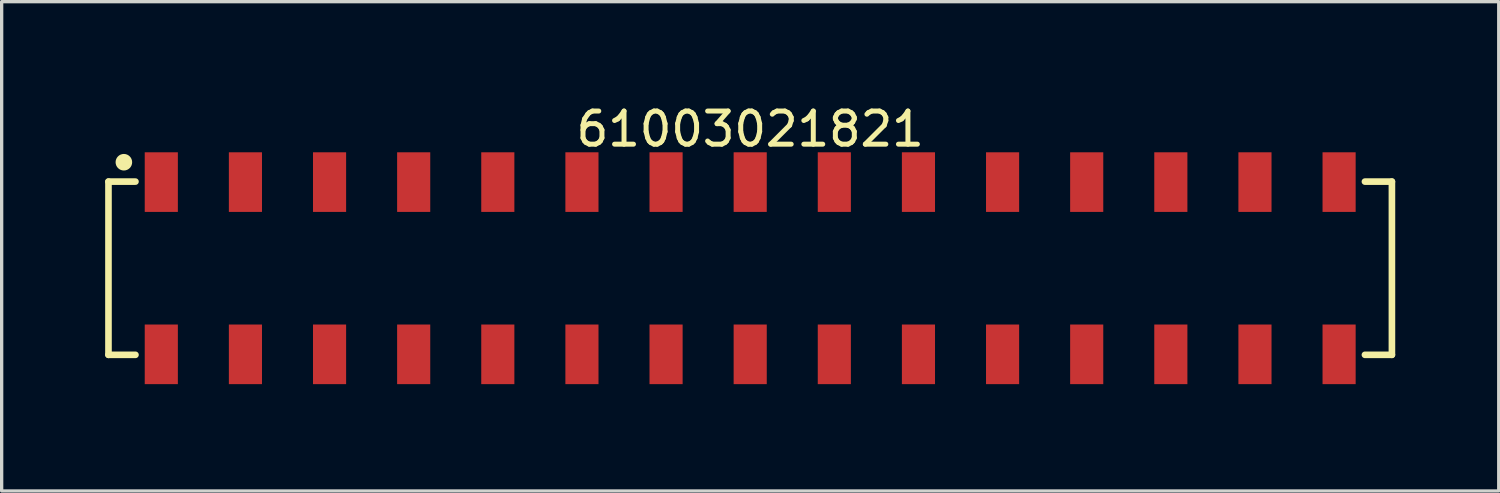
<source format=kicad_pcb>
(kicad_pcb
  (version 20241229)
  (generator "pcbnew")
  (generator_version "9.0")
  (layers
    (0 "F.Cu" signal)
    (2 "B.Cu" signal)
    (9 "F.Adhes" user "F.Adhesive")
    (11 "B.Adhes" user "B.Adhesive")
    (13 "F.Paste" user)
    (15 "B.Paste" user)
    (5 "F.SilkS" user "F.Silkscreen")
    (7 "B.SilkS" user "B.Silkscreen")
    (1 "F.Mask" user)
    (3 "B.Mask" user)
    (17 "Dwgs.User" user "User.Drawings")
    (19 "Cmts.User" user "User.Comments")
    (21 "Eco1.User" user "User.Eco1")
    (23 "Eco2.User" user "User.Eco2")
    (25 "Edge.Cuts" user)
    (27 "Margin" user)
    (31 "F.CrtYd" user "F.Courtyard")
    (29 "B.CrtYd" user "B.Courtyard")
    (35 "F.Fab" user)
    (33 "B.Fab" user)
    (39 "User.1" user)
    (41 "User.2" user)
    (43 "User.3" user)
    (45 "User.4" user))
  (footprint "61003021821"
    (layer "F.Cu")
    (at 19.6 5.048)
    (property "Reference" "61003021821" (at 0 -4.2 0) (layer "F.SilkS") (effects (font (size 1 1) (thickness 0.15))))
    (fp_line (start -19.375 -2.615) (end -18.56 -2.615) (stroke (width 0.2) (type solid)) (layer "F.SilkS"))
    (fp_line (start -19.375 2.615) (end -19.375 -2.615) (stroke (width 0.2) (type solid)) (layer "F.SilkS"))
    (fp_line (start -19.375 2.615) (end -18.56 2.615) (stroke (width 0.2) (type solid)) (layer "F.SilkS"))
    (fp_line (start 18.56 -2.615) (end 19.375 -2.615) (stroke (width 0.2) (type solid)) (layer "F.SilkS"))
    (fp_line (start 18.56 2.615) (end 19.375 2.615) (stroke (width 0.2) (type solid)) (layer "F.SilkS"))
    (fp_line (start 19.375 2.615) (end 19.375 -2.615) (stroke (width 0.2) (type solid)) (layer "F.SilkS"))
    (fp_circle (center -18.91 -3.2) (end -18.91 -3.325) (stroke (width 0.25) (type solid)) (fill no) (layer "F.SilkS"))
    (fp_line (start -19.575 -3.7) (end 19.575 -3.7) (stroke (width 0.05) (type solid)) (layer "Eco2.User"))
    (fp_line (start -19.575 3.7) (end -19.575 -3.7) (stroke (width 0.05) (type solid)) (layer "Eco2.User"))
    (fp_line (start -19.575 3.7) (end 19.575 3.7) (stroke (width 0.05) (type solid)) (layer "Eco2.User"))
    (fp_line (start -19.3 -2.54) (end 19.3 -2.54) (stroke (width 0.1) (type solid)) (layer "Eco2.User"))
    (fp_line (start -19.3 2.54) (end -19.3 -2.54) (stroke (width 0.1) (type solid)) (layer "Eco2.User"))
    (fp_line (start -19.3 2.54) (end 19.3 2.54) (stroke (width 0.1) (type solid)) (layer "Eco2.User"))
    (fp_line (start -18.1 -3.35) (end -17.46 -3.35) (stroke (width 0.1) (type solid)) (layer "Eco2.User"))
    (fp_line (start -18.1 -2.54) (end -18.1 -3.35) (stroke (width 0.1) (type solid)) (layer "Eco2.User"))
    (fp_line (start -18.1 3.35) (end -18.1 2.54) (stroke (width 0.1) (type solid)) (layer "Eco2.User"))
    (fp_line (start -18.1 3.35) (end -17.46 3.35) (stroke (width 0.1) (type solid)) (layer "Eco2.User"))
    (fp_line (start -17.46 -2.54) (end -17.46 -3.35) (stroke (width 0.1) (type solid)) (layer "Eco2.User"))
    (fp_line (start -17.46 3.35) (end -17.46 2.54) (stroke (width 0.1) (type solid)) (layer "Eco2.User"))
    (fp_line (start -15.56 -3.35) (end -14.92 -3.35) (stroke (width 0.1) (type solid)) (layer "Eco2.User"))
    (fp_line (start -15.56 -2.54) (end -15.56 -3.35) (stroke (width 0.1) (type solid)) (layer "Eco2.User"))
    (fp_line (start -15.56 3.35) (end -15.56 2.54) (stroke (width 0.1) (type solid)) (layer "Eco2.User"))
    (fp_line (start -15.56 3.35) (end -14.92 3.35) (stroke (width 0.1) (type solid)) (layer "Eco2.User"))
    (fp_line (start -14.92 -2.54) (end -14.92 -3.35) (stroke (width 0.1) (type solid)) (layer "Eco2.User"))
    (fp_line (start -14.92 3.35) (end -14.92 2.54) (stroke (width 0.1) (type solid)) (layer "Eco2.User"))
    (fp_line (start -13.02 -3.35) (end -12.38 -3.35) (stroke (width 0.1) (type solid)) (layer "Eco2.User"))
    (fp_line (start -13.02 -2.54) (end -13.02 -3.35) (stroke (width 0.1) (type solid)) (layer "Eco2.User"))
    (fp_line (start -13.02 3.35) (end -13.02 2.54) (stroke (width 0.1) (type solid)) (layer "Eco2.User"))
    (fp_line (start -13.02 3.35) (end -12.38 3.35) (stroke (width 0.1) (type solid)) (layer "Eco2.User"))
    (fp_line (start -12.38 -2.54) (end -12.38 -3.35) (stroke (width 0.1) (type solid)) (layer "Eco2.User"))
    (fp_line (start -12.38 3.35) (end -12.38 2.54) (stroke (width 0.1) (type solid)) (layer "Eco2.User"))
    (fp_line (start -10.48 -3.35) (end -9.84 -3.35) (stroke (width 0.1) (type solid)) (layer "Eco2.User"))
    (fp_line (start -10.48 -2.54) (end -10.48 -3.35) (stroke (width 0.1) (type solid)) (layer "Eco2.User"))
    (fp_line (start -10.48 3.35) (end -10.48 2.54) (stroke (width 0.1) (type solid)) (layer "Eco2.User"))
    (fp_line (start -10.48 3.35) (end -9.84 3.35) (stroke (width 0.1) (type solid)) (layer "Eco2.User"))
    (fp_line (start -9.84 -2.54) (end -9.84 -3.35) (stroke (width 0.1) (type solid)) (layer "Eco2.User"))
    (fp_line (start -9.84 3.35) (end -9.84 2.54) (stroke (width 0.1) (type solid)) (layer "Eco2.User"))
    (fp_line (start -7.94 -3.35) (end -7.3 -3.35) (stroke (width 0.1) (type solid)) (layer "Eco2.User"))
    (fp_line (start -7.94 -2.54) (end -7.94 -3.35) (stroke (width 0.1) (type solid)) (layer "Eco2.User"))
    (fp_line (start -7.94 3.35) (end -7.94 2.54) (stroke (width 0.1) (type solid)) (layer "Eco2.User"))
    (fp_line (start -7.94 3.35) (end -7.3 3.35) (stroke (width 0.1) (type solid)) (layer "Eco2.User"))
    (fp_line (start -7.3 -2.54) (end -7.3 -3.35) (stroke (width 0.1) (type solid)) (layer "Eco2.User"))
    (fp_line (start -7.3 3.35) (end -7.3 2.54) (stroke (width 0.1) (type solid)) (layer "Eco2.User"))
    (fp_line (start -5.4 -3.35) (end -4.76 -3.35) (stroke (width 0.1) (type solid)) (layer "Eco2.User"))
    (fp_line (start -5.4 -2.54) (end -5.4 -3.35) (stroke (width 0.1) (type solid)) (layer "Eco2.User"))
    (fp_line (start -5.4 3.35) (end -5.4 2.54) (stroke (width 0.1) (type solid)) (layer "Eco2.User"))
    (fp_line (start -5.4 3.35) (end -4.76 3.35) (stroke (width 0.1) (type solid)) (layer "Eco2.User"))
    (fp_line (start -4.76 -2.54) (end -4.76 -3.35) (stroke (width 0.1) (type solid)) (layer "Eco2.User"))
    (fp_line (start -4.76 3.35) (end -4.76 2.54) (stroke (width 0.1) (type solid)) (layer "Eco2.User"))
    (fp_line (start -2.86 -3.35) (end -2.22 -3.35) (stroke (width 0.1) (type solid)) (layer "Eco2.User"))
    (fp_line (start -2.86 -2.54) (end -2.86 -3.35) (stroke (width 0.1) (type solid)) (layer "Eco2.User"))
    (fp_line (start -2.86 3.35) (end -2.86 2.54) (stroke (width 0.1) (type solid)) (layer "Eco2.User"))
    (fp_line (start -2.86 3.35) (end -2.22 3.35) (stroke (width 0.1) (type solid)) (layer "Eco2.User"))
    (fp_line (start -2.22 -2.54) (end -2.22 -3.35) (stroke (width 0.1) (type solid)) (layer "Eco2.User"))
    (fp_line (start -2.22 3.35) (end -2.22 2.54) (stroke (width 0.1) (type solid)) (layer "Eco2.User"))
    (fp_line (start -0.5 0) (end 0.5 0) (stroke (width 0.05) (type solid)) (layer "Eco2.User"))
    (fp_line (start -0.32 -3.35) (end 0.32 -3.35) (stroke (width 0.1) (type solid)) (layer "Eco2.User"))
    (fp_line (start -0.32 -2.54) (end -0.32 -3.35) (stroke (width 0.1) (type solid)) (layer "Eco2.User"))
    (fp_line (start -0.32 3.35) (end -0.32 2.54) (stroke (width 0.1) (type solid)) (layer "Eco2.User"))
    (fp_line (start -0.32 3.35) (end 0.32 3.35) (stroke (width 0.1) (type solid)) (layer "Eco2.User"))
    (fp_line (start 0 0.5) (end 0 -0.5) (stroke (width 0.05) (type solid)) (layer "Eco2.User"))
    (fp_line (start 0.32 -2.54) (end 0.32 -3.35) (stroke (width 0.1) (type solid)) (layer "Eco2.User"))
    (fp_line (start 0.32 3.35) (end 0.32 2.54) (stroke (width 0.1) (type solid)) (layer "Eco2.User"))
    (fp_line (start 2.22 -3.35) (end 2.86 -3.35) (stroke (width 0.1) (type solid)) (layer "Eco2.User"))
    (fp_line (start 2.22 -2.54) (end 2.22 -3.35) (stroke (width 0.1) (type solid)) (layer "Eco2.User"))
    (fp_line (start 2.22 3.35) (end 2.22 2.54) (stroke (width 0.1) (type solid)) (layer "Eco2.User"))
    (fp_line (start 2.22 3.35) (end 2.86 3.35) (stroke (width 0.1) (type solid)) (layer "Eco2.User"))
    (fp_line (start 2.86 -2.54) (end 2.86 -3.35) (stroke (width 0.1) (type solid)) (layer "Eco2.User"))
    (fp_line (start 2.86 3.35) (end 2.86 2.54) (stroke (width 0.1) (type solid)) (layer "Eco2.User"))
    (fp_line (start 4.76 -3.35) (end 5.4 -3.35) (stroke (width 0.1) (type solid)) (layer "Eco2.User"))
    (fp_line (start 4.76 -2.54) (end 4.76 -3.35) (stroke (width 0.1) (type solid)) (layer "Eco2.User"))
    (fp_line (start 4.76 3.35) (end 4.76 2.54) (stroke (width 0.1) (type solid)) (layer "Eco2.User"))
    (fp_line (start 4.76 3.35) (end 5.4 3.35) (stroke (width 0.1) (type solid)) (layer "Eco2.User"))
    (fp_line (start 5.4 -2.54) (end 5.4 -3.35) (stroke (width 0.1) (type solid)) (layer "Eco2.User"))
    (fp_line (start 5.4 3.35) (end 5.4 2.54) (stroke (width 0.1) (type solid)) (layer "Eco2.User"))
    (fp_line (start 7.3 -3.35) (end 7.94 -3.35) (stroke (width 0.1) (type solid)) (layer "Eco2.User"))
    (fp_line (start 7.3 -2.54) (end 7.3 -3.35) (stroke (width 0.1) (type solid)) (layer "Eco2.User"))
    (fp_line (start 7.3 3.35) (end 7.3 2.54) (stroke (width 0.1) (type solid)) (layer "Eco2.User"))
    (fp_line (start 7.3 3.35) (end 7.94 3.35) (stroke (width 0.1) (type solid)) (layer "Eco2.User"))
    (fp_line (start 7.94 -2.54) (end 7.94 -3.35) (stroke (width 0.1) (type solid)) (layer "Eco2.User"))
    (fp_line (start 7.94 3.35) (end 7.94 2.54) (stroke (width 0.1) (type solid)) (layer "Eco2.User"))
    (fp_line (start 9.84 -3.35) (end 10.48 -3.35) (stroke (width 0.1) (type solid)) (layer "Eco2.User"))
    (fp_line (start 9.84 -2.54) (end 9.84 -3.35) (stroke (width 0.1) (type solid)) (layer "Eco2.User"))
    (fp_line (start 9.84 3.35) (end 9.84 2.54) (stroke (width 0.1) (type solid)) (layer "Eco2.User"))
    (fp_line (start 9.84 3.35) (end 10.48 3.35) (stroke (width 0.1) (type solid)) (layer "Eco2.User"))
    (fp_line (start 10.48 -2.54) (end 10.48 -3.35) (stroke (width 0.1) (type solid)) (layer "Eco2.User"))
    (fp_line (start 10.48 3.35) (end 10.48 2.54) (stroke (width 0.1) (type solid)) (layer "Eco2.User"))
    (fp_line (start 12.38 -3.35) (end 13.02 -3.35) (stroke (width 0.1) (type solid)) (layer "Eco2.User"))
    (fp_line (start 12.38 -2.54) (end 12.38 -3.35) (stroke (width 0.1) (type solid)) (layer "Eco2.User"))
    (fp_line (start 12.38 3.35) (end 12.38 2.54) (stroke (width 0.1) (type solid)) (layer "Eco2.User"))
    (fp_line (start 12.38 3.35) (end 13.02 3.35) (stroke (width 0.1) (type solid)) (layer "Eco2.User"))
    (fp_line (start 13.02 -2.54) (end 13.02 -3.35) (stroke (width 0.1) (type solid)) (layer "Eco2.User"))
    (fp_line (start 13.02 3.35) (end 13.02 2.54) (stroke (width 0.1) (type solid)) (layer "Eco2.User"))
    (fp_line (start 14.92 -3.35) (end 15.56 -3.35) (stroke (width 0.1) (type solid)) (layer "Eco2.User"))
    (fp_line (start 14.92 -2.54) (end 14.92 -3.35) (stroke (width 0.1) (type solid)) (layer "Eco2.User"))
    (fp_line (start 14.92 3.35) (end 14.92 2.54) (stroke (width 0.1) (type solid)) (layer "Eco2.User"))
    (fp_line (start 14.92 3.35) (end 15.56 3.35) (stroke (width 0.1) (type solid)) (layer "Eco2.User"))
    (fp_line (start 15.56 -2.54) (end 15.56 -3.35) (stroke (width 0.1) (type solid)) (layer "Eco2.User"))
    (fp_line (start 15.56 3.35) (end 15.56 2.54) (stroke (width 0.1) (type solid)) (layer "Eco2.User"))
    (fp_line (start 17.46 -3.35) (end 18.1 -3.35) (stroke (width 0.1) (type solid)) (layer "Eco2.User"))
    (fp_line (start 17.46 -2.54) (end 17.46 -3.35) (stroke (width 0.1) (type solid)) (layer "Eco2.User"))
    (fp_line (start 17.46 3.35) (end 17.46 2.54) (stroke (width 0.1) (type solid)) (layer "Eco2.User"))
    (fp_line (start 17.46 3.35) (end 18.1 3.35) (stroke (width 0.1) (type solid)) (layer "Eco2.User"))
    (fp_line (start 18.1 -2.54) (end 18.1 -3.35) (stroke (width 0.1) (type solid)) (layer "Eco2.User"))
    (fp_line (start 18.1 3.35) (end 18.1 2.54) (stroke (width 0.1) (type solid)) (layer "Eco2.User"))
    (fp_line (start 19.3 2.54) (end 19.3 -2.54) (stroke (width 0.1) (type solid)) (layer "Eco2.User"))
    (fp_line (start 19.575 3.7) (end 19.575 -3.7) (stroke (width 0.05) (type solid)) (layer "Eco2.User"))
    (fp_text user "${REFERENCE}" (at 0.15 -0.197 0) (unlocked yes) (layer "User.3") (effects (font (size 1.5 1.5) (thickness 0.15))))
    (pad "1" smd rect (at -17.78 -2.6) (size 1 1.8) (layers "F.Cu" "F.Mask" "F.Paste"))
    (pad "2" smd rect (at -17.78 2.6) (size 1 1.8) (layers "F.Cu" "F.Mask" "F.Paste"))
    (pad "3" smd rect (at -15.24 -2.6) (size 1 1.8) (layers "F.Cu" "F.Mask" "F.Paste"))
    (pad "4" smd rect (at -15.24 2.6) (size 1 1.8) (layers "F.Cu" "F.Mask" "F.Paste"))
    (pad "5" smd rect (at -12.7 -2.6) (size 1 1.8) (layers "F.Cu" "F.Mask" "F.Paste"))
    (pad "6" smd rect (at -12.7 2.6) (size 1 1.8) (layers "F.Cu" "F.Mask" "F.Paste"))
    (pad "7" smd rect (at -10.16 -2.6) (size 1 1.8) (layers "F.Cu" "F.Mask" "F.Paste"))
    (pad "8" smd rect (at -10.16 2.6) (size 1 1.8) (layers "F.Cu" "F.Mask" "F.Paste"))
    (pad "9" smd rect (at -7.62 -2.6) (size 1 1.8) (layers "F.Cu" "F.Mask" "F.Paste"))
    (pad "10" smd rect (at -7.62 2.6) (size 1 1.8) (layers "F.Cu" "F.Mask" "F.Paste"))
    (pad "11" smd rect (at -5.08 -2.6) (size 1 1.8) (layers "F.Cu" "F.Mask" "F.Paste"))
    (pad "12" smd rect (at -5.08 2.6) (size 1 1.8) (layers "F.Cu" "F.Mask" "F.Paste"))
    (pad "13" smd rect (at -2.54 -2.6) (size 1 1.8) (layers "F.Cu" "F.Mask" "F.Paste"))
    (pad "14" smd rect (at -2.54 2.6) (size 1 1.8) (layers "F.Cu" "F.Mask" "F.Paste"))
    (pad "15" smd rect (at 0 -2.6) (size 1 1.8) (layers "F.Cu" "F.Mask" "F.Paste"))
    (pad "16" smd rect (at 0 2.6) (size 1 1.8) (layers "F.Cu" "F.Mask" "F.Paste"))
    (pad "17" smd rect (at 2.54 -2.6) (size 1 1.8) (layers "F.Cu" "F.Mask" "F.Paste"))
    (pad "18" smd rect (at 2.54 2.6) (size 1 1.8) (layers "F.Cu" "F.Mask" "F.Paste"))
    (pad "19" smd rect (at 5.08 -2.6) (size 1 1.8) (layers "F.Cu" "F.Mask" "F.Paste"))
    (pad "20" smd rect (at 5.08 2.6) (size 1 1.8) (layers "F.Cu" "F.Mask" "F.Paste"))
    (pad "21" smd rect (at 7.62 -2.6) (size 1 1.8) (layers "F.Cu" "F.Mask" "F.Paste"))
    (pad "22" smd rect (at 7.62 2.6) (size 1 1.8) (layers "F.Cu" "F.Mask" "F.Paste"))
    (pad "23" smd rect (at 10.16 -2.6) (size 1 1.8) (layers "F.Cu" "F.Mask" "F.Paste"))
    (pad "24" smd rect (at 10.16 2.6) (size 1 1.8) (layers "F.Cu" "F.Mask" "F.Paste"))
    (pad "25" smd rect (at 12.7 -2.6) (size 1 1.8) (layers "F.Cu" "F.Mask" "F.Paste"))
    (pad "26" smd rect (at 12.7 2.6) (size 1 1.8) (layers "F.Cu" "F.Mask" "F.Paste"))
    (pad "27" smd rect (at 15.24 -2.6) (size 1 1.8) (layers "F.Cu" "F.Mask" "F.Paste"))
    (pad "28" smd rect (at 15.24 2.6) (size 1 1.8) (layers "F.Cu" "F.Mask" "F.Paste"))
    (pad "29" smd rect (at 17.78 -2.6) (size 1 1.8) (layers "F.Cu" "F.Mask" "F.Paste"))
    (pad "30" smd rect (at 17.78 2.6) (size 1 1.8) (layers "F.Cu" "F.Mask" "F.Paste")))
  (gr_rect
    (start -3 -3)
    (end 42.2 11.773)
    (stroke (width 0.1) (type default))
    (fill no)
    (layer "Edge.Cuts")))
</source>
